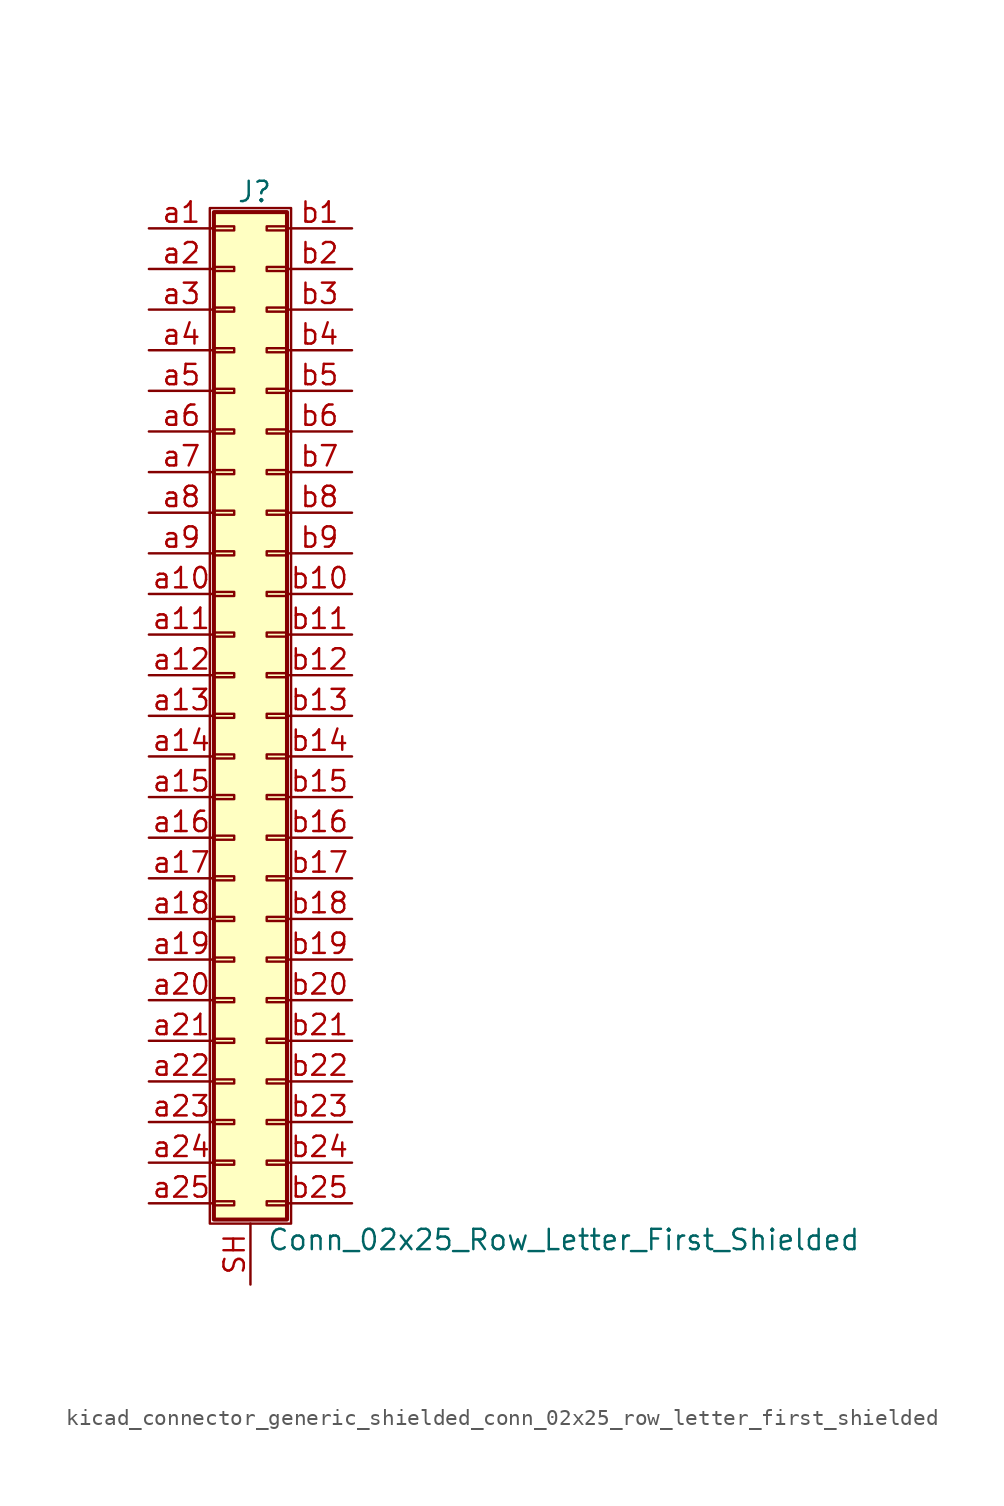
<source format=kicad_sym>
(kicad_symbol_lib
  (version 20220914)
  (generator kicad_symbol_editor)
  (symbol "kicad_connector_generic_shielded_conn_02x25_row_letter_first_shielded"
    (pin_names
      (offset 1.016) hide)
    (property "Reference" "J"
      (at 1.524 32.766 0)
      (effects (font (size 1.27 1.27))))
    (property "Value" "Conn_02x25_Row_Letter_First_Shielded"
      (at 2.286 -32.766 0)
      (effects (font (size 1.27 1.27)) (justify left)))
    (symbol "kicad_connector_generic_shielded_conn_02x25_row_letter_first_shielded_1_1"
      (rectangle (start -1.27 31.75) (end 3.81 -31.75) (stroke (width 0.152) (type default)) (fill (type none)))
      (rectangle (start -1.016 -30.353) (end 0.254 -30.607) (stroke (width 0.152) (type default)) (fill (type none)))
      (rectangle (start -1.016 -27.813) (end 0.254 -28.067) (stroke (width 0.152) (type default)) (fill (type none)))
      (rectangle (start -1.016 -25.273) (end 0.254 -25.527) (stroke (width 0.152) (type default)) (fill (type none)))
      (rectangle (start -1.016 -22.733) (end 0.254 -22.987) (stroke (width 0.152) (type default)) (fill (type none)))
      (rectangle (start -1.016 -20.193) (end 0.254 -20.447) (stroke (width 0.152) (type default)) (fill (type none)))
      (rectangle (start -1.016 -17.653) (end 0.254 -17.907) (stroke (width 0.152) (type default)) (fill (type none)))
      (rectangle (start -1.016 -15.113) (end 0.254 -15.367) (stroke (width 0.152) (type default)) (fill (type none)))
      (rectangle (start -1.016 -12.573) (end 0.254 -12.827) (stroke (width 0.152) (type default)) (fill (type none)))
      (rectangle (start -1.016 -10.033) (end 0.254 -10.287) (stroke (width 0.152) (type default)) (fill (type none)))
      (rectangle (start -1.016 -7.493) (end 0.254 -7.747) (stroke (width 0.152) (type default)) (fill (type none)))
      (rectangle (start -1.016 -4.953) (end 0.254 -5.207) (stroke (width 0.152) (type default)) (fill (type none)))
      (rectangle (start -1.016 -2.413) (end 0.254 -2.667) (stroke (width 0.152) (type default)) (fill (type none)))
      (rectangle (start -1.016 0.127) (end 0.254 -0.127) (stroke (width 0.152) (type default)) (fill (type none)))
      (rectangle (start -1.016 2.667) (end 0.254 2.413) (stroke (width 0.152) (type default)) (fill (type none)))
      (rectangle (start -1.016 5.207) (end 0.254 4.953) (stroke (width 0.152) (type default)) (fill (type none)))
      (rectangle (start -1.016 7.747) (end 0.254 7.493) (stroke (width 0.152) (type default)) (fill (type none)))
      (rectangle (start -1.016 10.287) (end 0.254 10.033) (stroke (width 0.152) (type default)) (fill (type none)))
      (rectangle (start -1.016 12.827) (end 0.254 12.573) (stroke (width 0.152) (type default)) (fill (type none)))
      (rectangle (start -1.016 15.367) (end 0.254 15.113) (stroke (width 0.152) (type default)) (fill (type none)))
      (rectangle (start -1.016 17.907) (end 0.254 17.653) (stroke (width 0.152) (type default)) (fill (type none)))
      (rectangle (start -1.016 20.447) (end 0.254 20.193) (stroke (width 0.152) (type default)) (fill (type none)))
      (rectangle (start -1.016 22.987) (end 0.254 22.733) (stroke (width 0.152) (type default)) (fill (type none)))
      (rectangle (start -1.016 25.527) (end 0.254 25.273) (stroke (width 0.152) (type default)) (fill (type none)))
      (rectangle (start -1.016 28.067) (end 0.254 27.813) (stroke (width 0.152) (type default)) (fill (type none)))
      (rectangle (start -1.016 30.607) (end 0.254 30.353) (stroke (width 0.152) (type default)) (fill (type none)))
      (rectangle (start -1.016 31.496) (end 3.556 -31.496) (stroke (width 0.254) (type default)) (fill (type background)))
      (rectangle (start 3.556 -30.353) (end 2.286 -30.607) (stroke (width 0.152) (type default)) (fill (type none)))
      (rectangle (start 3.556 -27.813) (end 2.286 -28.067) (stroke (width 0.152) (type default)) (fill (type none)))
      (rectangle (start 3.556 -25.273) (end 2.286 -25.527) (stroke (width 0.152) (type default)) (fill (type none)))
      (rectangle (start 3.556 -22.733) (end 2.286 -22.987) (stroke (width 0.152) (type default)) (fill (type none)))
      (rectangle (start 3.556 -20.193) (end 2.286 -20.447) (stroke (width 0.152) (type default)) (fill (type none)))
      (rectangle (start 3.556 -17.653) (end 2.286 -17.907) (stroke (width 0.152) (type default)) (fill (type none)))
      (rectangle (start 3.556 -15.113) (end 2.286 -15.367) (stroke (width 0.152) (type default)) (fill (type none)))
      (rectangle (start 3.556 -12.573) (end 2.286 -12.827) (stroke (width 0.152) (type default)) (fill (type none)))
      (rectangle (start 3.556 -10.033) (end 2.286 -10.287) (stroke (width 0.152) (type default)) (fill (type none)))
      (rectangle (start 3.556 -7.493) (end 2.286 -7.747) (stroke (width 0.152) (type default)) (fill (type none)))
      (rectangle (start 3.556 -4.953) (end 2.286 -5.207) (stroke (width 0.152) (type default)) (fill (type none)))
      (rectangle (start 3.556 -2.413) (end 2.286 -2.667) (stroke (width 0.152) (type default)) (fill (type none)))
      (rectangle (start 3.556 0.127) (end 2.286 -0.127) (stroke (width 0.152) (type default)) (fill (type none)))
      (rectangle (start 3.556 2.667) (end 2.286 2.413) (stroke (width 0.152) (type default)) (fill (type none)))
      (rectangle (start 3.556 5.207) (end 2.286 4.953) (stroke (width 0.152) (type default)) (fill (type none)))
      (rectangle (start 3.556 7.747) (end 2.286 7.493) (stroke (width 0.152) (type default)) (fill (type none)))
      (rectangle (start 3.556 10.287) (end 2.286 10.033) (stroke (width 0.152) (type default)) (fill (type none)))
      (rectangle (start 3.556 12.827) (end 2.286 12.573) (stroke (width 0.152) (type default)) (fill (type none)))
      (rectangle (start 3.556 15.367) (end 2.286 15.113) (stroke (width 0.152) (type default)) (fill (type none)))
      (rectangle (start 3.556 17.907) (end 2.286 17.653) (stroke (width 0.152) (type default)) (fill (type none)))
      (rectangle (start 3.556 20.447) (end 2.286 20.193) (stroke (width 0.152) (type default)) (fill (type none)))
      (rectangle (start 3.556 22.987) (end 2.286 22.733) (stroke (width 0.152) (type default)) (fill (type none)))
      (rectangle (start 3.556 25.527) (end 2.286 25.273) (stroke (width 0.152) (type default)) (fill (type none)))
      (rectangle (start 3.556 28.067) (end 2.286 27.813) (stroke (width 0.152) (type default)) (fill (type none)))
      (rectangle (start 3.556 30.607) (end 2.286 30.353) (stroke (width 0.152) (type default)) (fill (type none)))
      (pin passive line (at 1.27 -35.56 90) (length 3.81) (name "Shield" (effects (font (size 1.27 1.27)))) (number "SH" (effects (font (size 1.27 1.27)))))
      (pin passive line (at -5.08 30.48 0) (length 4.064) (name "Pin_a1" (effects (font (size 1.27 1.27)))) (number "a1" (effects (font (size 1.27 1.27)))))
      (pin passive line (at -5.08 7.62 0) (length 4.064) (name "Pin_a10" (effects (font (size 1.27 1.27)))) (number "a10" (effects (font (size 1.27 1.27)))))
      (pin passive line (at -5.08 5.08 0) (length 4.064) (name "Pin_a11" (effects (font (size 1.27 1.27)))) (number "a11" (effects (font (size 1.27 1.27)))))
      (pin passive line (at -5.08 2.54 0) (length 4.064) (name "Pin_a12" (effects (font (size 1.27 1.27)))) (number "a12" (effects (font (size 1.27 1.27)))))
      (pin passive line (at -5.08 0 0) (length 4.064) (name "Pin_a13" (effects (font (size 1.27 1.27)))) (number "a13" (effects (font (size 1.27 1.27)))))
      (pin passive line (at -5.08 -2.54 0) (length 4.064) (name "Pin_a14" (effects (font (size 1.27 1.27)))) (number "a14" (effects (font (size 1.27 1.27)))))
      (pin passive line (at -5.08 -5.08 0) (length 4.064) (name "Pin_a15" (effects (font (size 1.27 1.27)))) (number "a15" (effects (font (size 1.27 1.27)))))
      (pin passive line (at -5.08 -7.62 0) (length 4.064) (name "Pin_a16" (effects (font (size 1.27 1.27)))) (number "a16" (effects (font (size 1.27 1.27)))))
      (pin passive line (at -5.08 -10.16 0) (length 4.064) (name "Pin_a17" (effects (font (size 1.27 1.27)))) (number "a17" (effects (font (size 1.27 1.27)))))
      (pin passive line (at -5.08 -12.7 0) (length 4.064) (name "Pin_a18" (effects (font (size 1.27 1.27)))) (number "a18" (effects (font (size 1.27 1.27)))))
      (pin passive line (at -5.08 -15.24 0) (length 4.064) (name "Pin_a19" (effects (font (size 1.27 1.27)))) (number "a19" (effects (font (size 1.27 1.27)))))
      (pin passive line (at -5.08 27.94 0) (length 4.064) (name "Pin_a2" (effects (font (size 1.27 1.27)))) (number "a2" (effects (font (size 1.27 1.27)))))
      (pin passive line (at -5.08 -17.78 0) (length 4.064) (name "Pin_a20" (effects (font (size 1.27 1.27)))) (number "a20" (effects (font (size 1.27 1.27)))))
      (pin passive line (at -5.08 -20.32 0) (length 4.064) (name "Pin_a21" (effects (font (size 1.27 1.27)))) (number "a21" (effects (font (size 1.27 1.27)))))
      (pin passive line (at -5.08 -22.86 0) (length 4.064) (name "Pin_a22" (effects (font (size 1.27 1.27)))) (number "a22" (effects (font (size 1.27 1.27)))))
      (pin passive line (at -5.08 -25.4 0) (length 4.064) (name "Pin_a23" (effects (font (size 1.27 1.27)))) (number "a23" (effects (font (size 1.27 1.27)))))
      (pin passive line (at -5.08 -27.94 0) (length 4.064) (name "Pin_a24" (effects (font (size 1.27 1.27)))) (number "a24" (effects (font (size 1.27 1.27)))))
      (pin passive line (at -5.08 -30.48 0) (length 4.064) (name "Pin_a25" (effects (font (size 1.27 1.27)))) (number "a25" (effects (font (size 1.27 1.27)))))
      (pin passive line (at -5.08 25.4 0) (length 4.064) (name "Pin_a3" (effects (font (size 1.27 1.27)))) (number "a3" (effects (font (size 1.27 1.27)))))
      (pin passive line (at -5.08 22.86 0) (length 4.064) (name "Pin_a4" (effects (font (size 1.27 1.27)))) (number "a4" (effects (font (size 1.27 1.27)))))
      (pin passive line (at -5.08 20.32 0) (length 4.064) (name "Pin_a5" (effects (font (size 1.27 1.27)))) (number "a5" (effects (font (size 1.27 1.27)))))
      (pin passive line (at -5.08 17.78 0) (length 4.064) (name "Pin_a6" (effects (font (size 1.27 1.27)))) (number "a6" (effects (font (size 1.27 1.27)))))
      (pin passive line (at -5.08 15.24 0) (length 4.064) (name "Pin_a7" (effects (font (size 1.27 1.27)))) (number "a7" (effects (font (size 1.27 1.27)))))
      (pin passive line (at -5.08 12.7 0) (length 4.064) (name "Pin_a8" (effects (font (size 1.27 1.27)))) (number "a8" (effects (font (size 1.27 1.27)))))
      (pin passive line (at -5.08 10.16 0) (length 4.064) (name "Pin_a9" (effects (font (size 1.27 1.27)))) (number "a9" (effects (font (size 1.27 1.27)))))
      (pin passive line (at 7.62 30.48 180) (length 4.064) (name "Pin_b1" (effects (font (size 1.27 1.27)))) (number "b1" (effects (font (size 1.27 1.27)))))
      (pin passive line (at 7.62 7.62 180) (length 4.064) (name "Pin_b10" (effects (font (size 1.27 1.27)))) (number "b10" (effects (font (size 1.27 1.27)))))
      (pin passive line (at 7.62 5.08 180) (length 4.064) (name "Pin_b11" (effects (font (size 1.27 1.27)))) (number "b11" (effects (font (size 1.27 1.27)))))
      (pin passive line (at 7.62 2.54 180) (length 4.064) (name "Pin_b12" (effects (font (size 1.27 1.27)))) (number "b12" (effects (font (size 1.27 1.27)))))
      (pin passive line (at 7.62 0 180) (length 4.064) (name "Pin_b13" (effects (font (size 1.27 1.27)))) (number "b13" (effects (font (size 1.27 1.27)))))
      (pin passive line (at 7.62 -2.54 180) (length 4.064) (name "Pin_b14" (effects (font (size 1.27 1.27)))) (number "b14" (effects (font (size 1.27 1.27)))))
      (pin passive line (at 7.62 -5.08 180) (length 4.064) (name "Pin_b15" (effects (font (size 1.27 1.27)))) (number "b15" (effects (font (size 1.27 1.27)))))
      (pin passive line (at 7.62 -7.62 180) (length 4.064) (name "Pin_b16" (effects (font (size 1.27 1.27)))) (number "b16" (effects (font (size 1.27 1.27)))))
      (pin passive line (at 7.62 -10.16 180) (length 4.064) (name "Pin_b17" (effects (font (size 1.27 1.27)))) (number "b17" (effects (font (size 1.27 1.27)))))
      (pin passive line (at 7.62 -12.7 180) (length 4.064) (name "Pin_b18" (effects (font (size 1.27 1.27)))) (number "b18" (effects (font (size 1.27 1.27)))))
      (pin passive line (at 7.62 -15.24 180) (length 4.064) (name "Pin_b19" (effects (font (size 1.27 1.27)))) (number "b19" (effects (font (size 1.27 1.27)))))
      (pin passive line (at 7.62 27.94 180) (length 4.064) (name "Pin_b2" (effects (font (size 1.27 1.27)))) (number "b2" (effects (font (size 1.27 1.27)))))
      (pin passive line (at 7.62 -17.78 180) (length 4.064) (name "Pin_b20" (effects (font (size 1.27 1.27)))) (number "b20" (effects (font (size 1.27 1.27)))))
      (pin passive line (at 7.62 -20.32 180) (length 4.064) (name "Pin_b21" (effects (font (size 1.27 1.27)))) (number "b21" (effects (font (size 1.27 1.27)))))
      (pin passive line (at 7.62 -22.86 180) (length 4.064) (name "Pin_b22" (effects (font (size 1.27 1.27)))) (number "b22" (effects (font (size 1.27 1.27)))))
      (pin passive line (at 7.62 -25.4 180) (length 4.064) (name "Pin_b23" (effects (font (size 1.27 1.27)))) (number "b23" (effects (font (size 1.27 1.27)))))
      (pin passive line (at 7.62 -27.94 180) (length 4.064) (name "Pin_b24" (effects (font (size 1.27 1.27)))) (number "b24" (effects (font (size 1.27 1.27)))))
      (pin passive line (at 7.62 -30.48 180) (length 4.064) (name "Pin_b25" (effects (font (size 1.27 1.27)))) (number "b25" (effects (font (size 1.27 1.27)))))
      (pin passive line (at 7.62 25.4 180) (length 4.064) (name "Pin_b3" (effects (font (size 1.27 1.27)))) (number "b3" (effects (font (size 1.27 1.27)))))
      (pin passive line (at 7.62 22.86 180) (length 4.064) (name "Pin_b4" (effects (font (size 1.27 1.27)))) (number "b4" (effects (font (size 1.27 1.27)))))
      (pin passive line (at 7.62 20.32 180) (length 4.064) (name "Pin_b5" (effects (font (size 1.27 1.27)))) (number "b5" (effects (font (size 1.27 1.27)))))
      (pin passive line (at 7.62 17.78 180) (length 4.064) (name "Pin_b6" (effects (font (size 1.27 1.27)))) (number "b6" (effects (font (size 1.27 1.27)))))
      (pin passive line (at 7.62 15.24 180) (length 4.064) (name "Pin_b7" (effects (font (size 1.27 1.27)))) (number "b7" (effects (font (size 1.27 1.27)))))
      (pin passive line (at 7.62 12.7 180) (length 4.064) (name "Pin_b8" (effects (font (size 1.27 1.27)))) (number "b8" (effects (font (size 1.27 1.27)))))
      (pin passive line (at 7.62 10.16 180) (length 4.064) (name "Pin_b9" (effects (font (size 1.27 1.27)))) (number "b9" (effects (font (size 1.27 1.27))))))))
</source>
